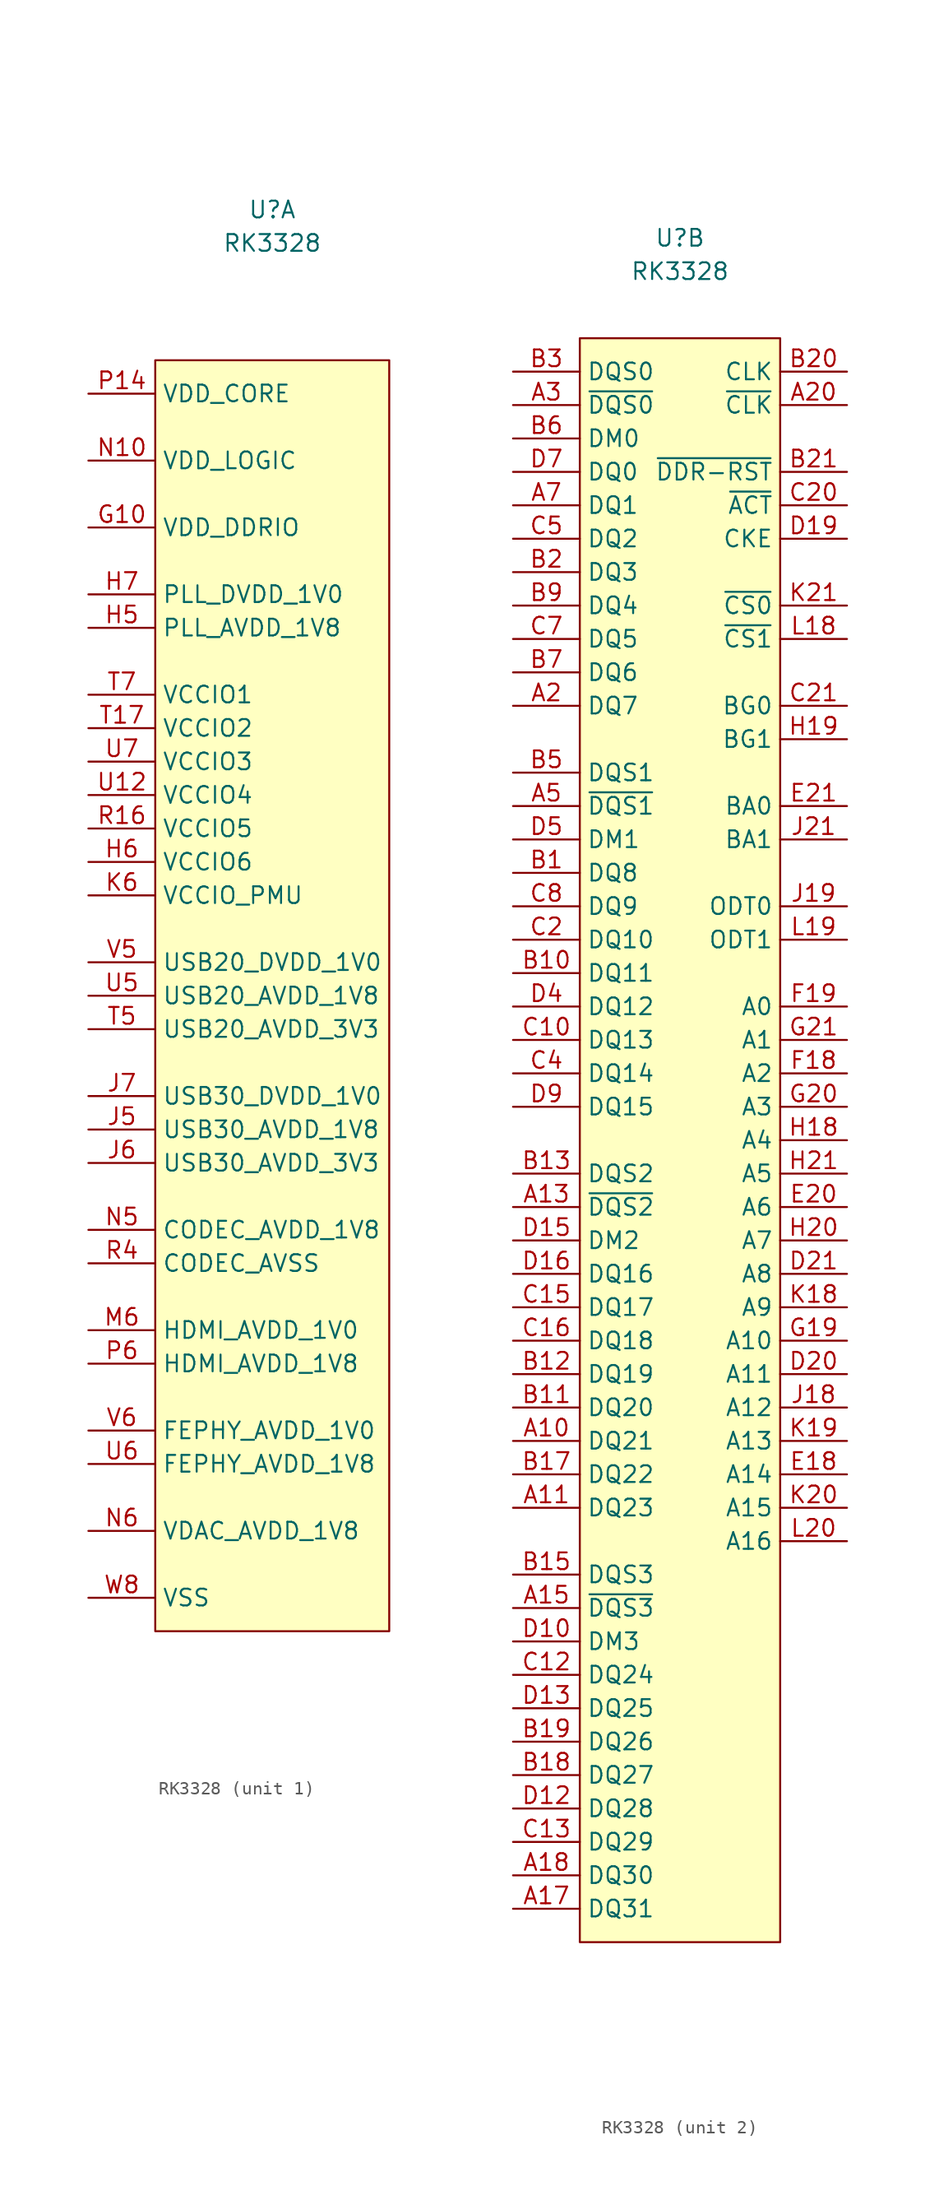
<source format=kicad_sym>
(kicad_symbol_lib
  (version 20211014)
  (generator kicad_symbol_editor)
  (symbol "RK3328"
    (property "Reference" "U"
      (at 0 7.62 0)
      (effects (font (size 1.27 1.27))))
    (property "Value" "RK3328"
      (at 0 5.08 0)
      (effects (font (size 1.27 1.27))))
    (property "ki_locked" ""
      (at 0 0 0)
      (effects (font (size 1.27 1.27))))
    (symbol "RK3328_1_1"
      (rectangle (start -8.89 -3.81) (end 8.89 -100.33) (stroke (width 0.152) (type default) (color 0 0 0 0)) (fill (type background)))
      (pin passive line (at -13.97 -97.79 0) (length 5.08) hide (name "VSS" (effects (font (size 1.27 1.27)))) (number "A1" (effects (font (size 1.27 1.27)))))
      (pin passive line (at -13.97 -97.79 0) (length 5.08) hide (name "VSS" (effects (font (size 1.27 1.27)))) (number "A21" (effects (font (size 1.27 1.27)))))
      (pin passive line (at -13.97 -97.79 0) (length 5.08) hide (name "VSS" (effects (font (size 1.27 1.27)))) (number "AA1" (effects (font (size 1.27 1.27)))))
      (pin passive line (at -13.97 -97.79 0) (length 5.08) hide (name "VSS" (effects (font (size 1.27 1.27)))) (number "AA21" (effects (font (size 1.27 1.27)))))
      (pin passive line (at -13.97 -97.79 0) (length 5.08) hide (name "VSS" (effects (font (size 1.27 1.27)))) (number "AA5" (effects (font (size 1.27 1.27)))))
      (pin passive line (at -13.97 -97.79 0) (length 5.08) hide (name "VSS" (effects (font (size 1.27 1.27)))) (number "B14" (effects (font (size 1.27 1.27)))))
      (pin passive line (at -13.97 -97.79 0) (length 5.08) hide (name "VSS" (effects (font (size 1.27 1.27)))) (number "B16" (effects (font (size 1.27 1.27)))))
      (pin passive line (at -13.97 -97.79 0) (length 5.08) hide (name "VSS" (effects (font (size 1.27 1.27)))) (number "B4" (effects (font (size 1.27 1.27)))))
      (pin passive line (at -13.97 -97.79 0) (length 5.08) hide (name "VSS" (effects (font (size 1.27 1.27)))) (number "C1" (effects (font (size 1.27 1.27)))))
      (pin passive line (at -13.97 -97.79 0) (length 5.08) hide (name "VSS" (effects (font (size 1.27 1.27)))) (number "C11" (effects (font (size 1.27 1.27)))))
      (pin passive line (at -13.97 -97.79 0) (length 5.08) hide (name "VSS" (effects (font (size 1.27 1.27)))) (number "C14" (effects (font (size 1.27 1.27)))))
      (pin passive line (at -13.97 -97.79 0) (length 5.08) hide (name "VSS" (effects (font (size 1.27 1.27)))) (number "C17" (effects (font (size 1.27 1.27)))))
      (pin passive line (at -13.97 -97.79 0) (length 5.08) hide (name "VSS" (effects (font (size 1.27 1.27)))) (number "C18" (effects (font (size 1.27 1.27)))))
      (pin passive line (at -13.97 -97.79 0) (length 5.08) hide (name "VSS" (effects (font (size 1.27 1.27)))) (number "C19" (effects (font (size 1.27 1.27)))))
      (pin passive line (at -13.97 -97.79 0) (length 5.08) hide (name "VSS" (effects (font (size 1.27 1.27)))) (number "C3" (effects (font (size 1.27 1.27)))))
      (pin passive line (at -13.97 -97.79 0) (length 5.08) hide (name "VSS" (effects (font (size 1.27 1.27)))) (number "C6" (effects (font (size 1.27 1.27)))))
      (pin passive line (at -13.97 -97.79 0) (length 5.08) hide (name "VSS" (effects (font (size 1.27 1.27)))) (number "C9" (effects (font (size 1.27 1.27)))))
      (pin passive line (at -13.97 -97.79 0) (length 5.08) hide (name "VSS" (effects (font (size 1.27 1.27)))) (number "D11" (effects (font (size 1.27 1.27)))))
      (pin passive line (at -13.97 -97.79 0) (length 5.08) hide (name "VSS" (effects (font (size 1.27 1.27)))) (number "D14" (effects (font (size 1.27 1.27)))))
      (pin passive line (at -13.97 -97.79 0) (length 5.08) hide (name "VSS" (effects (font (size 1.27 1.27)))) (number "D17" (effects (font (size 1.27 1.27)))))
      (pin passive line (at -13.97 -97.79 0) (length 5.08) hide (name "VSS" (effects (font (size 1.27 1.27)))) (number "D18" (effects (font (size 1.27 1.27)))))
      (pin passive line (at -13.97 -97.79 0) (length 5.08) hide (name "VSS" (effects (font (size 1.27 1.27)))) (number "D3" (effects (font (size 1.27 1.27)))))
      (pin passive line (at -13.97 -97.79 0) (length 5.08) hide (name "VSS" (effects (font (size 1.27 1.27)))) (number "D6" (effects (font (size 1.27 1.27)))))
      (pin passive line (at -13.97 -97.79 0) (length 5.08) hide (name "VSS" (effects (font (size 1.27 1.27)))) (number "D8" (effects (font (size 1.27 1.27)))))
      (pin passive line (at -13.97 -97.79 0) (length 5.08) hide (name "VSS" (effects (font (size 1.27 1.27)))) (number "E10" (effects (font (size 1.27 1.27)))))
      (pin passive line (at -13.97 -97.79 0) (length 5.08) hide (name "VSS" (effects (font (size 1.27 1.27)))) (number "E11" (effects (font (size 1.27 1.27)))))
      (pin passive line (at -13.97 -97.79 0) (length 5.08) hide (name "VSS" (effects (font (size 1.27 1.27)))) (number "E12" (effects (font (size 1.27 1.27)))))
      (pin passive line (at -13.97 -97.79 0) (length 5.08) hide (name "VSS" (effects (font (size 1.27 1.27)))) (number "E14" (effects (font (size 1.27 1.27)))))
      (pin passive line (at -13.97 -97.79 0) (length 5.08) hide (name "VSS" (effects (font (size 1.27 1.27)))) (number "E15" (effects (font (size 1.27 1.27)))))
      (pin passive line (at -13.97 -97.79 0) (length 5.08) hide (name "VSS" (effects (font (size 1.27 1.27)))) (number "E16" (effects (font (size 1.27 1.27)))))
      (pin passive line (at -13.97 -97.79 0) (length 5.08) hide (name "VSS" (effects (font (size 1.27 1.27)))) (number "E17" (effects (font (size 1.27 1.27)))))
      (pin passive line (at -13.97 -97.79 0) (length 5.08) hide (name "VSS" (effects (font (size 1.27 1.27)))) (number "E19" (effects (font (size 1.27 1.27)))))
      (pin passive line (at -13.97 -97.79 0) (length 5.08) hide (name "VSS" (effects (font (size 1.27 1.27)))) (number "E4" (effects (font (size 1.27 1.27)))))
      (pin passive line (at -13.97 -97.79 0) (length 5.08) hide (name "VSS" (effects (font (size 1.27 1.27)))) (number "E5" (effects (font (size 1.27 1.27)))))
      (pin passive line (at -13.97 -97.79 0) (length 5.08) hide (name "VSS" (effects (font (size 1.27 1.27)))) (number "E6" (effects (font (size 1.27 1.27)))))
      (pin passive line (at -13.97 -97.79 0) (length 5.08) hide (name "VSS" (effects (font (size 1.27 1.27)))) (number "E7" (effects (font (size 1.27 1.27)))))
      (pin passive line (at -13.97 -97.79 0) (length 5.08) hide (name "VSS" (effects (font (size 1.27 1.27)))) (number "E8" (effects (font (size 1.27 1.27)))))
      (pin passive line (at -13.97 -97.79 0) (length 5.08) hide (name "VSS" (effects (font (size 1.27 1.27)))) (number "E9" (effects (font (size 1.27 1.27)))))
      (pin passive line (at -13.97 -16.51 0) (length 5.08) hide (name "VDD_DDRIO" (effects (font (size 1.27 1.27)))) (number "F10" (effects (font (size 1.27 1.27)))))
      (pin passive line (at -13.97 -16.51 0) (length 5.08) hide (name "VDD_DDRIO" (effects (font (size 1.27 1.27)))) (number "F11" (effects (font (size 1.27 1.27)))))
      (pin passive line (at -13.97 -16.51 0) (length 5.08) hide (name "VDD_DDRIO" (effects (font (size 1.27 1.27)))) (number "F12" (effects (font (size 1.27 1.27)))))
      (pin passive line (at -13.97 -16.51 0) (length 5.08) hide (name "VDD_DDRIO" (effects (font (size 1.27 1.27)))) (number "F13" (effects (font (size 1.27 1.27)))))
      (pin passive line (at -13.97 -97.79 0) (length 5.08) hide (name "VSS" (effects (font (size 1.27 1.27)))) (number "F17" (effects (font (size 1.27 1.27)))))
      (pin passive line (at -13.97 -97.79 0) (length 5.08) hide (name "VSS" (effects (font (size 1.27 1.27)))) (number "F20" (effects (font (size 1.27 1.27)))))
      (pin passive line (at -13.97 -97.79 0) (length 5.08) hide (name "VSS" (effects (font (size 1.27 1.27)))) (number "F4" (effects (font (size 1.27 1.27)))))
      (pin passive line (at -13.97 -97.79 0) (length 5.08) hide (name "VSS" (effects (font (size 1.27 1.27)))) (number "F5" (effects (font (size 1.27 1.27)))))
      (pin passive line (at -13.97 -97.79 0) (length 5.08) hide (name "VSS" (effects (font (size 1.27 1.27)))) (number "F6" (effects (font (size 1.27 1.27)))))
      (pin passive line (at -13.97 -97.79 0) (length 5.08) hide (name "VSS" (effects (font (size 1.27 1.27)))) (number "F7" (effects (font (size 1.27 1.27)))))
      (pin passive line (at -13.97 -97.79 0) (length 5.08) hide (name "VSS" (effects (font (size 1.27 1.27)))) (number "F8" (effects (font (size 1.27 1.27)))))
      (pin passive line (at -13.97 -97.79 0) (length 5.08) hide (name "VSS" (effects (font (size 1.27 1.27)))) (number "F9" (effects (font (size 1.27 1.27)))))
      (pin passive line (at -13.97 -16.51 0) (length 5.08) (name "VDD_DDRIO" (effects (font (size 1.27 1.27)))) (number "G10" (effects (font (size 1.27 1.27)))))
      (pin passive line (at -13.97 -16.51 0) (length 5.08) hide (name "VDD_DDRIO" (effects (font (size 1.27 1.27)))) (number "G11" (effects (font (size 1.27 1.27)))))
      (pin passive line (at -13.97 -16.51 0) (length 5.08) hide (name "VDD_DDRIO" (effects (font (size 1.27 1.27)))) (number "G12" (effects (font (size 1.27 1.27)))))
      (pin passive line (at -13.97 -16.51 0) (length 5.08) hide (name "VDD_DDRIO" (effects (font (size 1.27 1.27)))) (number "G13" (effects (font (size 1.27 1.27)))))
      (pin passive line (at -13.97 -97.79 0) (length 5.08) hide (name "VSS" (effects (font (size 1.27 1.27)))) (number "G14" (effects (font (size 1.27 1.27)))))
      (pin passive line (at -13.97 -97.79 0) (length 5.08) hide (name "VSS" (effects (font (size 1.27 1.27)))) (number "G15" (effects (font (size 1.27 1.27)))))
      (pin passive line (at -13.97 -97.79 0) (length 5.08) hide (name "VSS" (effects (font (size 1.27 1.27)))) (number "G17" (effects (font (size 1.27 1.27)))))
      (pin passive line (at -13.97 -97.79 0) (length 5.08) hide (name "VSS" (effects (font (size 1.27 1.27)))) (number "G18" (effects (font (size 1.27 1.27)))))
      (pin passive line (at -13.97 -97.79 0) (length 5.08) hide (name "VSS" (effects (font (size 1.27 1.27)))) (number "G2" (effects (font (size 1.27 1.27)))))
      (pin passive line (at -13.97 -97.79 0) (length 5.08) hide (name "VSS" (effects (font (size 1.27 1.27)))) (number "G3" (effects (font (size 1.27 1.27)))))
      (pin passive line (at -13.97 -97.79 0) (length 5.08) hide (name "VSS" (effects (font (size 1.27 1.27)))) (number "G4" (effects (font (size 1.27 1.27)))))
      (pin passive line (at -13.97 -97.79 0) (length 5.08) hide (name "VSS" (effects (font (size 1.27 1.27)))) (number "G6" (effects (font (size 1.27 1.27)))))
      (pin passive line (at -13.97 -97.79 0) (length 5.08) hide (name "VSS" (effects (font (size 1.27 1.27)))) (number "G7" (effects (font (size 1.27 1.27)))))
      (pin passive line (at -13.97 -97.79 0) (length 5.08) hide (name "VSS" (effects (font (size 1.27 1.27)))) (number "G8" (effects (font (size 1.27 1.27)))))
      (pin passive line (at -13.97 -97.79 0) (length 5.08) hide (name "VSS" (effects (font (size 1.27 1.27)))) (number "G9" (effects (font (size 1.27 1.27)))))
      (pin passive line (at -13.97 -97.79 0) (length 5.08) hide (name "VSS" (effects (font (size 1.27 1.27)))) (number "H10" (effects (font (size 1.27 1.27)))))
      (pin passive line (at -13.97 -97.79 0) (length 5.08) hide (name "VSS" (effects (font (size 1.27 1.27)))) (number "H11" (effects (font (size 1.27 1.27)))))
      (pin passive line (at -13.97 -97.79 0) (length 5.08) hide (name "VSS" (effects (font (size 1.27 1.27)))) (number "H12" (effects (font (size 1.27 1.27)))))
      (pin passive line (at -13.97 -97.79 0) (length 5.08) hide (name "VSS" (effects (font (size 1.27 1.27)))) (number "H13" (effects (font (size 1.27 1.27)))))
      (pin passive line (at -13.97 -97.79 0) (length 5.08) hide (name "VSS" (effects (font (size 1.27 1.27)))) (number "H14" (effects (font (size 1.27 1.27)))))
      (pin passive line (at -13.97 -97.79 0) (length 5.08) hide (name "VSS" (effects (font (size 1.27 1.27)))) (number "H15" (effects (font (size 1.27 1.27)))))
      (pin passive line (at -13.97 -16.51 0) (length 5.08) hide (name "VDD_DDRIO" (effects (font (size 1.27 1.27)))) (number "H16" (effects (font (size 1.27 1.27)))))
      (pin passive line (at -13.97 -97.79 0) (length 5.08) hide (name "VSS" (effects (font (size 1.27 1.27)))) (number "H17" (effects (font (size 1.27 1.27)))))
      (pin passive line (at -13.97 -97.79 0) (length 5.08) hide (name "VSS" (effects (font (size 1.27 1.27)))) (number "H4" (effects (font (size 1.27 1.27)))))
      (pin passive line (at -13.97 -24.13 0) (length 5.08) (name "PLL_AVDD_1V8" (effects (font (size 1.27 1.27)))) (number "H5" (effects (font (size 1.27 1.27)))))
      (pin passive line (at -13.97 -41.91 0) (length 5.08) (name "VCCIO6" (effects (font (size 1.27 1.27)))) (number "H6" (effects (font (size 1.27 1.27)))))
      (pin passive line (at -13.97 -21.59 0) (length 5.08) (name "PLL_DVDD_1V0" (effects (font (size 1.27 1.27)))) (number "H7" (effects (font (size 1.27 1.27)))))
      (pin passive line (at -13.97 -97.79 0) (length 5.08) hide (name "VSS" (effects (font (size 1.27 1.27)))) (number "H8" (effects (font (size 1.27 1.27)))))
      (pin passive line (at -13.97 -97.79 0) (length 5.08) hide (name "VSS" (effects (font (size 1.27 1.27)))) (number "H9" (effects (font (size 1.27 1.27)))))
      (pin passive line (at -13.97 -97.79 0) (length 5.08) hide (name "VSS" (effects (font (size 1.27 1.27)))) (number "J10" (effects (font (size 1.27 1.27)))))
      (pin passive line (at -13.97 -97.79 0) (length 5.08) hide (name "VSS" (effects (font (size 1.27 1.27)))) (number "J11" (effects (font (size 1.27 1.27)))))
      (pin passive line (at -13.97 -97.79 0) (length 5.08) hide (name "VSS" (effects (font (size 1.27 1.27)))) (number "J12" (effects (font (size 1.27 1.27)))))
      (pin passive line (at -13.97 -97.79 0) (length 5.08) hide (name "VSS" (effects (font (size 1.27 1.27)))) (number "J13" (effects (font (size 1.27 1.27)))))
      (pin passive line (at -13.97 -97.79 0) (length 5.08) hide (name "VSS" (effects (font (size 1.27 1.27)))) (number "J14" (effects (font (size 1.27 1.27)))))
      (pin passive line (at -13.97 -16.51 0) (length 5.08) hide (name "VDD_DDRIO" (effects (font (size 1.27 1.27)))) (number "J15" (effects (font (size 1.27 1.27)))))
      (pin passive line (at -13.97 -16.51 0) (length 5.08) hide (name "VDD_DDRIO" (effects (font (size 1.27 1.27)))) (number "J16" (effects (font (size 1.27 1.27)))))
      (pin passive line (at -13.97 -97.79 0) (length 5.08) hide (name "VSS" (effects (font (size 1.27 1.27)))) (number "J17" (effects (font (size 1.27 1.27)))))
      (pin passive line (at -13.97 -97.79 0) (length 5.08) hide (name "VSS" (effects (font (size 1.27 1.27)))) (number "J20" (effects (font (size 1.27 1.27)))))
      (pin passive line (at -13.97 -97.79 0) (length 5.08) hide (name "VSS" (effects (font (size 1.27 1.27)))) (number "J4" (effects (font (size 1.27 1.27)))))
      (pin passive line (at -13.97 -62.23 0) (length 5.08) (name "USB30_AVDD_1V8" (effects (font (size 1.27 1.27)))) (number "J5" (effects (font (size 1.27 1.27)))))
      (pin passive line (at -13.97 -64.77 0) (length 5.08) (name "USB30_AVDD_3V3" (effects (font (size 1.27 1.27)))) (number "J6" (effects (font (size 1.27 1.27)))))
      (pin passive line (at -13.97 -59.69 0) (length 5.08) (name "USB30_DVDD_1V0" (effects (font (size 1.27 1.27)))) (number "J7" (effects (font (size 1.27 1.27)))))
      (pin passive line (at -13.97 -97.79 0) (length 5.08) hide (name "VSS" (effects (font (size 1.27 1.27)))) (number "J8" (effects (font (size 1.27 1.27)))))
      (pin passive line (at -13.97 -97.79 0) (length 5.08) hide (name "VSS" (effects (font (size 1.27 1.27)))) (number "J9" (effects (font (size 1.27 1.27)))))
      (pin passive line (at -13.97 -97.79 0) (length 5.08) hide (name "VSS" (effects (font (size 1.27 1.27)))) (number "K10" (effects (font (size 1.27 1.27)))))
      (pin passive line (at -13.97 -97.79 0) (length 5.08) hide (name "VSS" (effects (font (size 1.27 1.27)))) (number "K11" (effects (font (size 1.27 1.27)))))
      (pin passive line (at -13.97 -97.79 0) (length 5.08) hide (name "VSS" (effects (font (size 1.27 1.27)))) (number "K12" (effects (font (size 1.27 1.27)))))
      (pin passive line (at -13.97 -97.79 0) (length 5.08) hide (name "VSS" (effects (font (size 1.27 1.27)))) (number "K13" (effects (font (size 1.27 1.27)))))
      (pin passive line (at -13.97 -97.79 0) (length 5.08) hide (name "VSS" (effects (font (size 1.27 1.27)))) (number "K14" (effects (font (size 1.27 1.27)))))
      (pin passive line (at -13.97 -16.51 0) (length 5.08) hide (name "VDD_DDRIO" (effects (font (size 1.27 1.27)))) (number "K15" (effects (font (size 1.27 1.27)))))
      (pin passive line (at -13.97 -16.51 0) (length 5.08) hide (name "VDD_DDRIO" (effects (font (size 1.27 1.27)))) (number "K16" (effects (font (size 1.27 1.27)))))
      (pin passive line (at -13.97 -97.79 0) (length 5.08) hide (name "VSS" (effects (font (size 1.27 1.27)))) (number "K17" (effects (font (size 1.27 1.27)))))
      (pin passive line (at -13.97 -97.79 0) (length 5.08) hide (name "VSS" (effects (font (size 1.27 1.27)))) (number "K3" (effects (font (size 1.27 1.27)))))
      (pin passive line (at -13.97 -97.79 0) (length 5.08) hide (name "VSS" (effects (font (size 1.27 1.27)))) (number "K5" (effects (font (size 1.27 1.27)))))
      (pin passive line (at -13.97 -44.45 0) (length 5.08) (name "VCCIO_PMU" (effects (font (size 1.27 1.27)))) (number "K6" (effects (font (size 1.27 1.27)))))
      (pin passive line (at -13.97 -97.79 0) (length 5.08) hide (name "VSS" (effects (font (size 1.27 1.27)))) (number "K8" (effects (font (size 1.27 1.27)))))
      (pin passive line (at -13.97 -97.79 0) (length 5.08) hide (name "VSS" (effects (font (size 1.27 1.27)))) (number "K9" (effects (font (size 1.27 1.27)))))
      (pin passive line (at -13.97 -97.79 0) (length 5.08) hide (name "VSS" (effects (font (size 1.27 1.27)))) (number "L10" (effects (font (size 1.27 1.27)))))
      (pin passive line (at -13.97 -97.79 0) (length 5.08) hide (name "VSS" (effects (font (size 1.27 1.27)))) (number "L11" (effects (font (size 1.27 1.27)))))
      (pin passive line (at -13.97 -97.79 0) (length 5.08) hide (name "VSS" (effects (font (size 1.27 1.27)))) (number "L12" (effects (font (size 1.27 1.27)))))
      (pin passive line (at -13.97 -97.79 0) (length 5.08) hide (name "VSS" (effects (font (size 1.27 1.27)))) (number "L13" (effects (font (size 1.27 1.27)))))
      (pin passive line (at -13.97 -97.79 0) (length 5.08) hide (name "VSS" (effects (font (size 1.27 1.27)))) (number "L14" (effects (font (size 1.27 1.27)))))
      (pin passive line (at -13.97 -97.79 0) (length 5.08) hide (name "VSS" (effects (font (size 1.27 1.27)))) (number "L15" (effects (font (size 1.27 1.27)))))
      (pin passive line (at -13.97 -97.79 0) (length 5.08) hide (name "VSS" (effects (font (size 1.27 1.27)))) (number "L16" (effects (font (size 1.27 1.27)))))
      (pin passive line (at -13.97 -97.79 0) (length 5.08) hide (name "VSS" (effects (font (size 1.27 1.27)))) (number "L17" (effects (font (size 1.27 1.27)))))
      (pin passive line (at -13.97 -97.79 0) (length 5.08) hide (name "VSS" (effects (font (size 1.27 1.27)))) (number "L21" (effects (font (size 1.27 1.27)))))
      (pin passive line (at -13.97 -97.79 0) (length 5.08) hide (name "VSS" (effects (font (size 1.27 1.27)))) (number "L4" (effects (font (size 1.27 1.27)))))
      (pin passive line (at -13.97 -97.79 0) (length 5.08) hide (name "VSS" (effects (font (size 1.27 1.27)))) (number "L5" (effects (font (size 1.27 1.27)))))
      (pin passive line (at -13.97 -97.79 0) (length 5.08) hide (name "VSS" (effects (font (size 1.27 1.27)))) (number "L6" (effects (font (size 1.27 1.27)))))
      (pin passive line (at -13.97 -97.79 0) (length 5.08) hide (name "VSS" (effects (font (size 1.27 1.27)))) (number "L7" (effects (font (size 1.27 1.27)))))
      (pin passive line (at -13.97 -97.79 0) (length 5.08) hide (name "VSS" (effects (font (size 1.27 1.27)))) (number "L8" (effects (font (size 1.27 1.27)))))
      (pin passive line (at -13.97 -97.79 0) (length 5.08) hide (name "VSS" (effects (font (size 1.27 1.27)))) (number "L9" (effects (font (size 1.27 1.27)))))
      (pin passive line (at -13.97 -97.79 0) (length 5.08) hide (name "VSS" (effects (font (size 1.27 1.27)))) (number "M10" (effects (font (size 1.27 1.27)))))
      (pin passive line (at -13.97 -97.79 0) (length 5.08) hide (name "VSS" (effects (font (size 1.27 1.27)))) (number "M11" (effects (font (size 1.27 1.27)))))
      (pin passive line (at -13.97 -97.79 0) (length 5.08) hide (name "VSS" (effects (font (size 1.27 1.27)))) (number "M12" (effects (font (size 1.27 1.27)))))
      (pin passive line (at -13.97 -97.79 0) (length 5.08) hide (name "VSS" (effects (font (size 1.27 1.27)))) (number "M13" (effects (font (size 1.27 1.27)))))
      (pin passive line (at -13.97 -97.79 0) (length 5.08) hide (name "VSS" (effects (font (size 1.27 1.27)))) (number "M14" (effects (font (size 1.27 1.27)))))
      (pin passive line (at -13.97 -77.47 0) (length 5.08) (name "HDMI_AVDD_1V0" (effects (font (size 1.27 1.27)))) (number "M6" (effects (font (size 1.27 1.27)))))
      (pin passive line (at -13.97 -97.79 0) (length 5.08) hide (name "VSS" (effects (font (size 1.27 1.27)))) (number "M7" (effects (font (size 1.27 1.27)))))
      (pin passive line (at -13.97 -97.79 0) (length 5.08) hide (name "VSS" (effects (font (size 1.27 1.27)))) (number "M8" (effects (font (size 1.27 1.27)))))
      (pin passive line (at -13.97 -97.79 0) (length 5.08) hide (name "VSS" (effects (font (size 1.27 1.27)))) (number "M9" (effects (font (size 1.27 1.27)))))
      (pin passive line (at -13.97 -11.43 0) (length 5.08) (name "VDD_LOGIC" (effects (font (size 1.27 1.27)))) (number "N10" (effects (font (size 1.27 1.27)))))
      (pin passive line (at -13.97 -11.43 0) (length 5.08) hide (name "VDD_LOGIC" (effects (font (size 1.27 1.27)))) (number "N11" (effects (font (size 1.27 1.27)))))
      (pin passive line (at -13.97 -97.79 0) (length 5.08) hide (name "VSS" (effects (font (size 1.27 1.27)))) (number "N12" (effects (font (size 1.27 1.27)))))
      (pin passive line (at -13.97 -97.79 0) (length 5.08) hide (name "VSS" (effects (font (size 1.27 1.27)))) (number "N13" (effects (font (size 1.27 1.27)))))
      (pin passive line (at -13.97 -97.79 0) (length 5.08) hide (name "VSS" (effects (font (size 1.27 1.27)))) (number "N14" (effects (font (size 1.27 1.27)))))
      (pin passive line (at -13.97 -97.79 0) (length 5.08) hide (name "VSS" (effects (font (size 1.27 1.27)))) (number "N15" (effects (font (size 1.27 1.27)))))
      (pin passive line (at -13.97 -97.79 0) (length 5.08) hide (name "VSS" (effects (font (size 1.27 1.27)))) (number "N3" (effects (font (size 1.27 1.27)))))
      (pin passive line (at -13.97 -69.85 0) (length 5.08) (name "CODEC_AVDD_1V8" (effects (font (size 1.27 1.27)))) (number "N5" (effects (font (size 1.27 1.27)))))
      (pin passive line (at -13.97 -92.71 0) (length 5.08) (name "VDAC_AVDD_1V8" (effects (font (size 1.27 1.27)))) (number "N6" (effects (font (size 1.27 1.27)))))
      (pin passive line (at -13.97 -97.79 0) (length 5.08) hide (name "VSS" (effects (font (size 1.27 1.27)))) (number "N7" (effects (font (size 1.27 1.27)))))
      (pin passive line (at -13.97 -97.79 0) (length 5.08) hide (name "VSS" (effects (font (size 1.27 1.27)))) (number "N8" (effects (font (size 1.27 1.27)))))
      (pin passive line (at -13.97 -11.43 0) (length 5.08) hide (name "VDD_LOGIC" (effects (font (size 1.27 1.27)))) (number "N9" (effects (font (size 1.27 1.27)))))
      (pin passive line (at -13.97 -11.43 0) (length 5.08) hide (name "VDD_LOGIC" (effects (font (size 1.27 1.27)))) (number "P10" (effects (font (size 1.27 1.27)))))
      (pin passive line (at -13.97 -11.43 0) (length 5.08) hide (name "VDD_LOGIC" (effects (font (size 1.27 1.27)))) (number "P11" (effects (font (size 1.27 1.27)))))
      (pin passive line (at -13.97 -97.79 0) (length 5.08) hide (name "VSS" (effects (font (size 1.27 1.27)))) (number "P12" (effects (font (size 1.27 1.27)))))
      (pin passive line (at -13.97 -6.35 0) (length 5.08) hide (name "VDD_CORE" (effects (font (size 1.27 1.27)))) (number "P13" (effects (font (size 1.27 1.27)))))
      (pin passive line (at -13.97 -6.35 0) (length 5.08) (name "VDD_CORE" (effects (font (size 1.27 1.27)))) (number "P14" (effects (font (size 1.27 1.27)))))
      (pin passive line (at -13.97 -97.79 0) (length 5.08) hide (name "VSS" (effects (font (size 1.27 1.27)))) (number "P15" (effects (font (size 1.27 1.27)))))
      (pin passive line (at -13.97 -97.79 0) (length 5.08) hide (name "VSS" (effects (font (size 1.27 1.27)))) (number "P3" (effects (font (size 1.27 1.27)))))
      (pin passive line (at -13.97 -80.01 0) (length 5.08) (name "HDMI_AVDD_1V8" (effects (font (size 1.27 1.27)))) (number "P6" (effects (font (size 1.27 1.27)))))
      (pin passive line (at -13.97 -97.79 0) (length 5.08) hide (name "VSS" (effects (font (size 1.27 1.27)))) (number "P7" (effects (font (size 1.27 1.27)))))
      (pin passive line (at -13.97 -97.79 0) (length 5.08) hide (name "VSS" (effects (font (size 1.27 1.27)))) (number "P8" (effects (font (size 1.27 1.27)))))
      (pin passive line (at -13.97 -11.43 0) (length 5.08) hide (name "VDD_LOGIC" (effects (font (size 1.27 1.27)))) (number "P9" (effects (font (size 1.27 1.27)))))
      (pin passive line (at -13.97 -11.43 0) (length 5.08) hide (name "VDD_LOGIC" (effects (font (size 1.27 1.27)))) (number "R10" (effects (font (size 1.27 1.27)))))
      (pin passive line (at -13.97 -11.43 0) (length 5.08) hide (name "VDD_LOGIC" (effects (font (size 1.27 1.27)))) (number "R11" (effects (font (size 1.27 1.27)))))
      (pin passive line (at -13.97 -97.79 0) (length 5.08) hide (name "VSS" (effects (font (size 1.27 1.27)))) (number "R12" (effects (font (size 1.27 1.27)))))
      (pin passive line (at -13.97 -6.35 0) (length 5.08) hide (name "VDD_CORE" (effects (font (size 1.27 1.27)))) (number "R13" (effects (font (size 1.27 1.27)))))
      (pin passive line (at -13.97 -6.35 0) (length 5.08) hide (name "VDD_CORE" (effects (font (size 1.27 1.27)))) (number "R14" (effects (font (size 1.27 1.27)))))
      (pin passive line (at -13.97 -97.79 0) (length 5.08) hide (name "VSS" (effects (font (size 1.27 1.27)))) (number "R15" (effects (font (size 1.27 1.27)))))
      (pin passive line (at -13.97 -39.37 0) (length 5.08) (name "VCCIO5" (effects (font (size 1.27 1.27)))) (number "R16" (effects (font (size 1.27 1.27)))))
      (pin passive line (at -13.97 -97.79 0) (length 5.08) hide (name "VSS" (effects (font (size 1.27 1.27)))) (number "R2" (effects (font (size 1.27 1.27)))))
      (pin passive line (at -13.97 -72.39 0) (length 5.08) (name "CODEC_AVSS" (effects (font (size 1.27 1.27)))) (number "R4" (effects (font (size 1.27 1.27)))))
      (pin passive line (at -13.97 -97.79 0) (length 5.08) hide (name "VSS" (effects (font (size 1.27 1.27)))) (number "R5" (effects (font (size 1.27 1.27)))))
      (pin passive line (at -13.97 -97.79 0) (length 5.08) hide (name "VSS" (effects (font (size 1.27 1.27)))) (number "R7" (effects (font (size 1.27 1.27)))))
      (pin passive line (at -13.97 -97.79 0) (length 5.08) hide (name "VSS" (effects (font (size 1.27 1.27)))) (number "R8" (effects (font (size 1.27 1.27)))))
      (pin passive line (at -13.97 -11.43 0) (length 5.08) hide (name "VDD_LOGIC" (effects (font (size 1.27 1.27)))) (number "R9" (effects (font (size 1.27 1.27)))))
      (pin passive line (at -13.97 -97.79 0) (length 5.08) hide (name "VSS" (effects (font (size 1.27 1.27)))) (number "T10" (effects (font (size 1.27 1.27)))))
      (pin passive line (at -13.97 -97.79 0) (length 5.08) hide (name "VSS" (effects (font (size 1.27 1.27)))) (number "T11" (effects (font (size 1.27 1.27)))))
      (pin passive line (at -13.97 -97.79 0) (length 5.08) hide (name "VSS" (effects (font (size 1.27 1.27)))) (number "T12" (effects (font (size 1.27 1.27)))))
      (pin passive line (at -13.97 -6.35 0) (length 5.08) hide (name "VDD_CORE" (effects (font (size 1.27 1.27)))) (number "T13" (effects (font (size 1.27 1.27)))))
      (pin passive line (at -13.97 -6.35 0) (length 5.08) hide (name "VDD_CORE" (effects (font (size 1.27 1.27)))) (number "T14" (effects (font (size 1.27 1.27)))))
      (pin passive line (at -13.97 -6.35 0) (length 5.08) hide (name "VDD_CORE" (effects (font (size 1.27 1.27)))) (number "T15" (effects (font (size 1.27 1.27)))))
      (pin passive line (at -13.97 -31.75 0) (length 5.08) (name "VCCIO2" (effects (font (size 1.27 1.27)))) (number "T17" (effects (font (size 1.27 1.27)))))
      (pin passive line (at -13.97 -97.79 0) (length 5.08) hide (name "VSS" (effects (font (size 1.27 1.27)))) (number "T2" (effects (font (size 1.27 1.27)))))
      (pin passive line (at -13.97 -97.79 0) (length 5.08) hide (name "VSS" (effects (font (size 1.27 1.27)))) (number "T3" (effects (font (size 1.27 1.27)))))
      (pin passive line (at -13.97 -54.61 0) (length 5.08) (name "USB20_AVDD_3V3" (effects (font (size 1.27 1.27)))) (number "T5" (effects (font (size 1.27 1.27)))))
      (pin passive line (at -13.97 -29.21 0) (length 5.08) (name "VCCIO1" (effects (font (size 1.27 1.27)))) (number "T7" (effects (font (size 1.27 1.27)))))
      (pin passive line (at -13.97 -97.79 0) (length 5.08) hide (name "VSS" (effects (font (size 1.27 1.27)))) (number "T8" (effects (font (size 1.27 1.27)))))
      (pin passive line (at -13.97 -97.79 0) (length 5.08) hide (name "VSS" (effects (font (size 1.27 1.27)))) (number "T9" (effects (font (size 1.27 1.27)))))
      (pin passive line (at -13.97 -97.79 0) (length 5.08) hide (name "VSS" (effects (font (size 1.27 1.27)))) (number "U11" (effects (font (size 1.27 1.27)))))
      (pin passive line (at -13.97 -36.83 0) (length 5.08) (name "VCCIO4" (effects (font (size 1.27 1.27)))) (number "U12" (effects (font (size 1.27 1.27)))))
      (pin passive line (at -13.97 -97.79 0) (length 5.08) hide (name "VSS" (effects (font (size 1.27 1.27)))) (number "U13" (effects (font (size 1.27 1.27)))))
      (pin passive line (at -13.97 -97.79 0) (length 5.08) hide (name "VSS" (effects (font (size 1.27 1.27)))) (number "U14" (effects (font (size 1.27 1.27)))))
      (pin passive line (at -13.97 -97.79 0) (length 5.08) hide (name "VSS" (effects (font (size 1.27 1.27)))) (number "U15" (effects (font (size 1.27 1.27)))))
      (pin passive line (at -13.97 -97.79 0) (length 5.08) hide (name "VSS" (effects (font (size 1.27 1.27)))) (number "U4" (effects (font (size 1.27 1.27)))))
      (pin passive line (at -13.97 -52.07 0) (length 5.08) (name "USB20_AVDD_1V8" (effects (font (size 1.27 1.27)))) (number "U5" (effects (font (size 1.27 1.27)))))
      (pin passive line (at -13.97 -87.63 0) (length 5.08) (name "FEPHY_AVDD_1V8" (effects (font (size 1.27 1.27)))) (number "U6" (effects (font (size 1.27 1.27)))))
      (pin passive line (at -13.97 -34.29 0) (length 5.08) (name "VCCIO3" (effects (font (size 1.27 1.27)))) (number "U7" (effects (font (size 1.27 1.27)))))
      (pin passive line (at -13.97 -97.79 0) (length 5.08) hide (name "VSS" (effects (font (size 1.27 1.27)))) (number "U8" (effects (font (size 1.27 1.27)))))
      (pin passive line (at -13.97 -97.79 0) (length 5.08) hide (name "VSS" (effects (font (size 1.27 1.27)))) (number "U9" (effects (font (size 1.27 1.27)))))
      (pin passive line (at -13.97 -97.79 0) (length 5.08) hide (name "VSS" (effects (font (size 1.27 1.27)))) (number "V11" (effects (font (size 1.27 1.27)))))
      (pin passive line (at -13.97 -97.79 0) (length 5.08) hide (name "VSS" (effects (font (size 1.27 1.27)))) (number "V4" (effects (font (size 1.27 1.27)))))
      (pin passive line (at -13.97 -49.53 0) (length 5.08) (name "USB20_DVDD_1V0" (effects (font (size 1.27 1.27)))) (number "V5" (effects (font (size 1.27 1.27)))))
      (pin passive line (at -13.97 -85.09 0) (length 5.08) (name "FEPHY_AVDD_1V0" (effects (font (size 1.27 1.27)))) (number "V6" (effects (font (size 1.27 1.27)))))
      (pin passive line (at -13.97 -97.79 0) (length 5.08) hide (name "VSS" (effects (font (size 1.27 1.27)))) (number "V8" (effects (font (size 1.27 1.27)))))
      (pin passive line (at -13.97 -97.79 0) (length 5.08) hide (name "VSS" (effects (font (size 1.27 1.27)))) (number "W1" (effects (font (size 1.27 1.27)))))
      (pin passive line (at -13.97 -97.79 0) (length 5.08) hide (name "VSS" (effects (font (size 1.27 1.27)))) (number "W3" (effects (font (size 1.27 1.27)))))
      (pin passive line (at -13.97 -97.79 0) (length 5.08) hide (name "VSS" (effects (font (size 1.27 1.27)))) (number "W4" (effects (font (size 1.27 1.27)))))
      (pin passive line (at -13.97 -97.79 0) (length 5.08) hide (name "VSS" (effects (font (size 1.27 1.27)))) (number "W5" (effects (font (size 1.27 1.27)))))
      (pin passive line (at -13.97 -97.79 0) (length 5.08) hide (name "VSS" (effects (font (size 1.27 1.27)))) (number "W7" (effects (font (size 1.27 1.27)))))
      (pin passive line (at -13.97 -97.79 0) (length 5.08) (name "VSS" (effects (font (size 1.27 1.27)))) (number "W8" (effects (font (size 1.27 1.27)))))
      (pin passive line (at -13.97 -97.79 0) (length 5.08) hide (name "VSS" (effects (font (size 1.27 1.27)))) (number "W9" (effects (font (size 1.27 1.27))))))
    (symbol "RK3328_2_1"
      (rectangle (start -7.62 0) (end 7.62 -121.92) (stroke (width 0.152) (type default) (color 0 0 0 0)) (fill (type background)))
      (pin passive line (at -12.7 -83.82 0) (length 5.08) (name "DQ21" (effects (font (size 1.27 1.27)))) (number "A10" (effects (font (size 1.27 1.27)))))
      (pin passive line (at -12.7 -88.9 0) (length 5.08) (name "DQ23" (effects (font (size 1.27 1.27)))) (number "A11" (effects (font (size 1.27 1.27)))))
      (pin passive line (at -12.7 -66.04 0) (length 5.08) (name "~{DQS2}" (effects (font (size 1.27 1.27)))) (number "A13" (effects (font (size 1.27 1.27)))))
      (pin passive line (at -12.7 -96.52 0) (length 5.08) (name "~{DQS3}" (effects (font (size 1.27 1.27)))) (number "A15" (effects (font (size 1.27 1.27)))))
      (pin passive line (at -12.7 -119.38 0) (length 5.08) (name "DQ31" (effects (font (size 1.27 1.27)))) (number "A17" (effects (font (size 1.27 1.27)))))
      (pin passive line (at -12.7 -116.84 0) (length 5.08) (name "DQ30" (effects (font (size 1.27 1.27)))) (number "A18" (effects (font (size 1.27 1.27)))))
      (pin passive line (at -12.7 -27.94 0) (length 5.08) (name "DQ7" (effects (font (size 1.27 1.27)))) (number "A2" (effects (font (size 1.27 1.27)))))
      (pin passive line (at 12.7 -5.08 180) (length 5.08) (name "~{CLK}" (effects (font (size 1.27 1.27)))) (number "A20" (effects (font (size 1.27 1.27)))))
      (pin passive line (at -12.7 -5.08 0) (length 5.08) (name "~{DQS0}" (effects (font (size 1.27 1.27)))) (number "A3" (effects (font (size 1.27 1.27)))))
      (pin passive line (at -12.7 -35.56 0) (length 5.08) (name "~{DQS1}" (effects (font (size 1.27 1.27)))) (number "A5" (effects (font (size 1.27 1.27)))))
      (pin passive line (at -12.7 -12.7 0) (length 5.08) (name "DQ1" (effects (font (size 1.27 1.27)))) (number "A7" (effects (font (size 1.27 1.27)))))
      (pin passive line (at -12.7 -40.64 0) (length 5.08) (name "DQ8" (effects (font (size 1.27 1.27)))) (number "B1" (effects (font (size 1.27 1.27)))))
      (pin passive line (at -12.7 -48.26 0) (length 5.08) (name "DQ11" (effects (font (size 1.27 1.27)))) (number "B10" (effects (font (size 1.27 1.27)))))
      (pin passive line (at -12.7 -81.28 0) (length 5.08) (name "DQ20" (effects (font (size 1.27 1.27)))) (number "B11" (effects (font (size 1.27 1.27)))))
      (pin passive line (at -12.7 -78.74 0) (length 5.08) (name "DQ19" (effects (font (size 1.27 1.27)))) (number "B12" (effects (font (size 1.27 1.27)))))
      (pin passive line (at -12.7 -63.5 0) (length 5.08) (name "DQS2" (effects (font (size 1.27 1.27)))) (number "B13" (effects (font (size 1.27 1.27)))))
      (pin passive line (at -12.7 -93.98 0) (length 5.08) (name "DQS3" (effects (font (size 1.27 1.27)))) (number "B15" (effects (font (size 1.27 1.27)))))
      (pin passive line (at -12.7 -86.36 0) (length 5.08) (name "DQ22" (effects (font (size 1.27 1.27)))) (number "B17" (effects (font (size 1.27 1.27)))))
      (pin passive line (at -12.7 -109.22 0) (length 5.08) (name "DQ27" (effects (font (size 1.27 1.27)))) (number "B18" (effects (font (size 1.27 1.27)))))
      (pin passive line (at -12.7 -106.68 0) (length 5.08) (name "DQ26" (effects (font (size 1.27 1.27)))) (number "B19" (effects (font (size 1.27 1.27)))))
      (pin passive line (at -12.7 -17.78 0) (length 5.08) (name "DQ3" (effects (font (size 1.27 1.27)))) (number "B2" (effects (font (size 1.27 1.27)))))
      (pin passive line (at 12.7 -2.54 180) (length 5.08) (name "CLK" (effects (font (size 1.27 1.27)))) (number "B20" (effects (font (size 1.27 1.27)))))
      (pin passive line (at 12.7 -10.16 180) (length 5.08) (name "~{DDR-RST}" (effects (font (size 1.27 1.27)))) (number "B21" (effects (font (size 1.27 1.27)))))
      (pin passive line (at -12.7 -2.54 0) (length 5.08) (name "DQS0" (effects (font (size 1.27 1.27)))) (number "B3" (effects (font (size 1.27 1.27)))))
      (pin passive line (at -12.7 -33.02 0) (length 5.08) (name "DQS1" (effects (font (size 1.27 1.27)))) (number "B5" (effects (font (size 1.27 1.27)))))
      (pin passive line (at -12.7 -7.62 0) (length 5.08) (name "DM0" (effects (font (size 1.27 1.27)))) (number "B6" (effects (font (size 1.27 1.27)))))
      (pin passive line (at -12.7 -25.4 0) (length 5.08) (name "DQ6" (effects (font (size 1.27 1.27)))) (number "B7" (effects (font (size 1.27 1.27)))))
      (pin passive line (at -12.7 -20.32 0) (length 5.08) (name "DQ4" (effects (font (size 1.27 1.27)))) (number "B9" (effects (font (size 1.27 1.27)))))
      (pin passive line (at -12.7 -53.34 0) (length 5.08) (name "DQ13" (effects (font (size 1.27 1.27)))) (number "C10" (effects (font (size 1.27 1.27)))))
      (pin passive line (at -12.7 -101.6 0) (length 5.08) (name "DQ24" (effects (font (size 1.27 1.27)))) (number "C12" (effects (font (size 1.27 1.27)))))
      (pin passive line (at -12.7 -114.3 0) (length 5.08) (name "DQ29" (effects (font (size 1.27 1.27)))) (number "C13" (effects (font (size 1.27 1.27)))))
      (pin passive line (at -12.7 -73.66 0) (length 5.08) (name "DQ17" (effects (font (size 1.27 1.27)))) (number "C15" (effects (font (size 1.27 1.27)))))
      (pin passive line (at -12.7 -76.2 0) (length 5.08) (name "DQ18" (effects (font (size 1.27 1.27)))) (number "C16" (effects (font (size 1.27 1.27)))))
      (pin passive line (at -12.7 -45.72 0) (length 5.08) (name "DQ10" (effects (font (size 1.27 1.27)))) (number "C2" (effects (font (size 1.27 1.27)))))
      (pin passive line (at 12.7 -12.7 180) (length 5.08) (name "~{ACT}" (effects (font (size 1.27 1.27)))) (number "C20" (effects (font (size 1.27 1.27)))))
      (pin passive line (at 12.7 -27.94 180) (length 5.08) (name "BG0" (effects (font (size 1.27 1.27)))) (number "C21" (effects (font (size 1.27 1.27)))))
      (pin passive line (at -12.7 -55.88 0) (length 5.08) (name "DQ14" (effects (font (size 1.27 1.27)))) (number "C4" (effects (font (size 1.27 1.27)))))
      (pin passive line (at -12.7 -15.24 0) (length 5.08) (name "DQ2" (effects (font (size 1.27 1.27)))) (number "C5" (effects (font (size 1.27 1.27)))))
      (pin passive line (at -12.7 -22.86 0) (length 5.08) (name "DQ5" (effects (font (size 1.27 1.27)))) (number "C7" (effects (font (size 1.27 1.27)))))
      (pin passive line (at -12.7 -43.18 0) (length 5.08) (name "DQ9" (effects (font (size 1.27 1.27)))) (number "C8" (effects (font (size 1.27 1.27)))))
      (pin passive line (at -12.7 -99.06 0) (length 5.08) (name "DM3" (effects (font (size 1.27 1.27)))) (number "D10" (effects (font (size 1.27 1.27)))))
      (pin passive line (at -12.7 -111.76 0) (length 5.08) (name "DQ28" (effects (font (size 1.27 1.27)))) (number "D12" (effects (font (size 1.27 1.27)))))
      (pin passive line (at -12.7 -104.14 0) (length 5.08) (name "DQ25" (effects (font (size 1.27 1.27)))) (number "D13" (effects (font (size 1.27 1.27)))))
      (pin passive line (at -12.7 -68.58 0) (length 5.08) (name "DM2" (effects (font (size 1.27 1.27)))) (number "D15" (effects (font (size 1.27 1.27)))))
      (pin passive line (at -12.7 -71.12 0) (length 5.08) (name "DQ16" (effects (font (size 1.27 1.27)))) (number "D16" (effects (font (size 1.27 1.27)))))
      (pin passive line (at 12.7 -15.24 180) (length 5.08) (name "CKE" (effects (font (size 1.27 1.27)))) (number "D19" (effects (font (size 1.27 1.27)))))
      (pin passive line (at 12.7 -78.74 180) (length 5.08) (name "A11" (effects (font (size 1.27 1.27)))) (number "D20" (effects (font (size 1.27 1.27)))))
      (pin passive line (at 12.7 -71.12 180) (length 5.08) (name "A8" (effects (font (size 1.27 1.27)))) (number "D21" (effects (font (size 1.27 1.27)))))
      (pin passive line (at -12.7 -50.8 0) (length 5.08) (name "DQ12" (effects (font (size 1.27 1.27)))) (number "D4" (effects (font (size 1.27 1.27)))))
      (pin passive line (at -12.7 -38.1 0) (length 5.08) (name "DM1" (effects (font (size 1.27 1.27)))) (number "D5" (effects (font (size 1.27 1.27)))))
      (pin passive line (at -12.7 -10.16 0) (length 5.08) (name "DQ0" (effects (font (size 1.27 1.27)))) (number "D7" (effects (font (size 1.27 1.27)))))
      (pin passive line (at -12.7 -58.42 0) (length 5.08) (name "DQ15" (effects (font (size 1.27 1.27)))) (number "D9" (effects (font (size 1.27 1.27)))))
      (pin passive line (at 12.7 -86.36 180) (length 5.08) (name "A14" (effects (font (size 1.27 1.27)))) (number "E18" (effects (font (size 1.27 1.27)))))
      (pin passive line (at 12.7 -66.04 180) (length 5.08) (name "A6" (effects (font (size 1.27 1.27)))) (number "E20" (effects (font (size 1.27 1.27)))))
      (pin passive line (at 12.7 -35.56 180) (length 5.08) (name "BA0" (effects (font (size 1.27 1.27)))) (number "E21" (effects (font (size 1.27 1.27)))))
      (pin passive line (at 12.7 -55.88 180) (length 5.08) (name "A2" (effects (font (size 1.27 1.27)))) (number "F18" (effects (font (size 1.27 1.27)))))
      (pin passive line (at 12.7 -50.8 180) (length 5.08) (name "A0" (effects (font (size 1.27 1.27)))) (number "F19" (effects (font (size 1.27 1.27)))))
      (pin passive line (at 12.7 -76.2 180) (length 5.08) (name "A10" (effects (font (size 1.27 1.27)))) (number "G19" (effects (font (size 1.27 1.27)))))
      (pin passive line (at 12.7 -58.42 180) (length 5.08) (name "A3" (effects (font (size 1.27 1.27)))) (number "G20" (effects (font (size 1.27 1.27)))))
      (pin passive line (at 12.7 -53.34 180) (length 5.08) (name "A1" (effects (font (size 1.27 1.27)))) (number "G21" (effects (font (size 1.27 1.27)))))
      (pin passive line (at 12.7 -60.96 180) (length 5.08) (name "A4" (effects (font (size 1.27 1.27)))) (number "H18" (effects (font (size 1.27 1.27)))))
      (pin passive line (at 12.7 -30.48 180) (length 5.08) (name "BG1" (effects (font (size 1.27 1.27)))) (number "H19" (effects (font (size 1.27 1.27)))))
      (pin passive line (at 12.7 -68.58 180) (length 5.08) (name "A7" (effects (font (size 1.27 1.27)))) (number "H20" (effects (font (size 1.27 1.27)))))
      (pin passive line (at 12.7 -63.5 180) (length 5.08) (name "A5" (effects (font (size 1.27 1.27)))) (number "H21" (effects (font (size 1.27 1.27)))))
      (pin passive line (at 12.7 -81.28 180) (length 5.08) (name "A12" (effects (font (size 1.27 1.27)))) (number "J18" (effects (font (size 1.27 1.27)))))
      (pin passive line (at 12.7 -43.18 180) (length 5.08) (name "ODT0" (effects (font (size 1.27 1.27)))) (number "J19" (effects (font (size 1.27 1.27)))))
      (pin passive line (at 12.7 -38.1 180) (length 5.08) (name "BA1" (effects (font (size 1.27 1.27)))) (number "J21" (effects (font (size 1.27 1.27)))))
      (pin passive line (at 12.7 -73.66 180) (length 5.08) (name "A9" (effects (font (size 1.27 1.27)))) (number "K18" (effects (font (size 1.27 1.27)))))
      (pin passive line (at 12.7 -83.82 180) (length 5.08) (name "A13" (effects (font (size 1.27 1.27)))) (number "K19" (effects (font (size 1.27 1.27)))))
      (pin passive line (at 12.7 -88.9 180) (length 5.08) (name "A15" (effects (font (size 1.27 1.27)))) (number "K20" (effects (font (size 1.27 1.27)))))
      (pin passive line (at 12.7 -20.32 180) (length 5.08) (name "~{CS0}" (effects (font (size 1.27 1.27)))) (number "K21" (effects (font (size 1.27 1.27)))))
      (pin passive line (at 12.7 -22.86 180) (length 5.08) (name "~{CS1}" (effects (font (size 1.27 1.27)))) (number "L18" (effects (font (size 1.27 1.27)))))
      (pin passive line (at 12.7 -45.72 180) (length 5.08) (name "ODT1" (effects (font (size 1.27 1.27)))) (number "L19" (effects (font (size 1.27 1.27)))))
      (pin passive line (at 12.7 -91.44 180) (length 5.08) (name "A16" (effects (font (size 1.27 1.27)))) (number "L20" (effects (font (size 1.27 1.27))))))))
</source>
